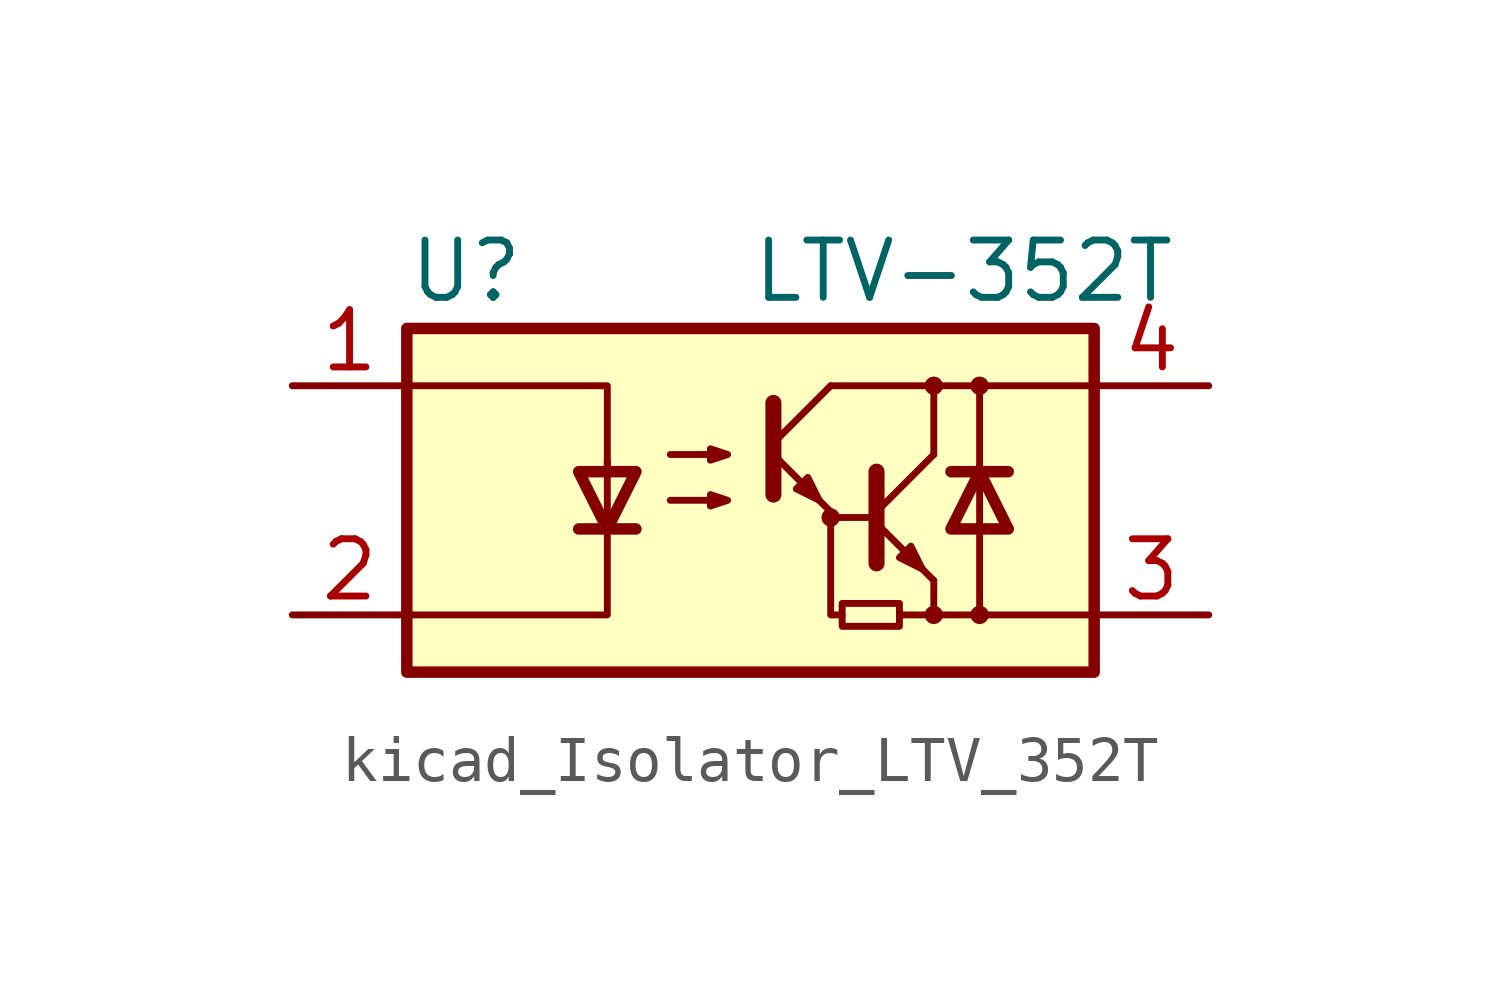
<source format=kicad_sym>
(kicad_symbol_lib
  (version 20220914)
  (generator kicad_symbol_editor)
  (symbol "kicad_Isolator_LTV_352T"
    (pin_names
      (offset 1.016))
    (property "Reference" "U"
      (at -7.62 5.08 0)
      (effects (font (size 1.27 1.27)) (justify left)))
    (property "Value" "LTV-352T"
      (at 0 5.08 0)
      (effects (font (size 1.27 1.27)) (justify left)))
    (symbol "kicad_Isolator_LTV_352T_0_0"
      (polyline (pts (xy 4.064 -2.54) (xy 3.302 -2.54)) (stroke (width 0) (type default)) (fill (type none)))
      (polyline (pts (xy 1.778 -0.254) (xy 1.778 -2.54) (xy 2.032 -2.54)) (stroke (width 0) (type default)) (fill (type none)))
      (rectangle (start 2.032 -2.286) (end 3.302 -2.794) (stroke (width 0) (type default)) (fill (type none))))
    (symbol "kicad_Isolator_LTV_352T_0_1"
      (rectangle (start -7.62 3.81) (end 7.62 -3.81) (stroke (width 0.254) (type default)) (fill (type background)))
      (polyline (pts (xy -3.81 -0.635) (xy -2.54 -0.635)) (stroke (width 0.254) (type default)) (fill (type none)))
      (polyline (pts (xy 0.508 1.016) (xy 1.778 -0.254)) (stroke (width 0) (type default)) (fill (type none)))
      (polyline (pts (xy 0.508 1.27) (xy 1.778 2.54)) (stroke (width 0) (type default)) (fill (type none)))
      (polyline (pts (xy 0.508 2.159) (xy 0.508 0.127)) (stroke (width 0.356) (type default)) (fill (type none)))
      (polyline (pts (xy 1.778 2.54) (xy 7.62 2.54)) (stroke (width 0) (type default)) (fill (type none)))
      (polyline (pts (xy 2.794 -0.508) (xy 4.064 -1.778)) (stroke (width 0) (type default)) (fill (type none)))
      (polyline (pts (xy 2.794 -0.381) (xy 1.778 -0.381)) (stroke (width 0) (type default)) (fill (type none)))
      (polyline (pts (xy 2.794 -0.254) (xy 4.064 1.016)) (stroke (width 0) (type default)) (fill (type none)))
      (polyline (pts (xy 4.064 -2.54) (xy 7.62 -2.54)) (stroke (width 0) (type default)) (fill (type none)))
      (polyline (pts (xy 4.064 -1.778) (xy 4.064 -2.54)) (stroke (width 0) (type default)) (fill (type none)))
      (polyline (pts (xy 4.064 1.016) (xy 4.064 2.54)) (stroke (width 0) (type default)) (fill (type none)))
      (polyline (pts (xy 4.445 0.635) (xy 5.715 0.635)) (stroke (width 0.254) (type default)) (fill (type none)))
      (polyline (pts (xy 5.08 0.635) (xy 5.08 2.54)) (stroke (width 0) (type default)) (fill (type none)))
      (polyline (pts (xy 5.08 0.762) (xy 5.08 -2.54)) (stroke (width 0) (type default)) (fill (type none)))
      (polyline (pts (xy -7.62 2.54) (xy -3.175 2.54) (xy -3.175 0.635)) (stroke (width 0) (type default)) (fill (type none)))
      (polyline (pts (xy -3.175 0.889) (xy -3.175 -2.54) (xy -7.62 -2.54)) (stroke (width 0) (type default)) (fill (type none)))
      (polyline (pts (xy 2.794 0.635) (xy 2.794 -1.397) (xy 2.794 -1.397)) (stroke (width 0.356) (type default)) (fill (type none)))
      (polyline (pts (xy -3.175 -0.635) (xy -3.81 0.635) (xy -2.54 0.635) (xy -3.175 -0.635)) (stroke (width 0.254) (type default)) (fill (type none)))
      (polyline (pts (xy 1.524 0) (xy 1.27 0.508) (xy 1.016 0.254) (xy 1.524 0)) (stroke (width 0) (type default)) (fill (type none)))
      (polyline (pts (xy 3.81 -1.524) (xy 3.556 -1.016) (xy 3.302 -1.27) (xy 3.81 -1.524)) (stroke (width 0) (type default)) (fill (type none)))
      (polyline (pts (xy 5.08 0.635) (xy 4.445 -0.635) (xy 5.715 -0.635) (xy 5.08 0.635)) (stroke (width 0.254) (type default)) (fill (type none)))
      (polyline (pts (xy -1.778 0) (xy -0.508 0) (xy -0.889 -0.127) (xy -0.889 0.127) (xy -0.508 0)) (stroke (width 0) (type default)) (fill (type none)))
      (polyline (pts (xy -1.778 1.016) (xy -0.508 1.016) (xy -0.889 0.889) (xy -0.889 1.143) (xy -0.508 1.016)) (stroke (width 0) (type default)) (fill (type none)))
      (circle (center 1.778 -0.381) (radius 0.127) (stroke (width 0) (type default)) (fill (type none)))
      (circle (center 4.064 -2.54) (radius 0.127) (stroke (width 0) (type default)) (fill (type none)))
      (circle (center 4.064 2.54) (radius 0.127) (stroke (width 0) (type default)) (fill (type none)))
      (circle (center 5.08 -2.54) (radius 0.127) (stroke (width 0) (type default)) (fill (type none)))
      (circle (center 5.08 2.54) (radius 0.127) (stroke (width 0) (type default)) (fill (type none))))
    (symbol "kicad_Isolator_LTV_352T_1_1"
      (pin passive line (at -10.16 2.54 0) (length 2.54) (name "~" (effects (font (size 1.27 1.27)))) (number "1" (effects (font (size 1.27 1.27)))))
      (pin passive line (at -10.16 -2.54 0) (length 2.54) (name "~" (effects (font (size 1.27 1.27)))) (number "2" (effects (font (size 1.27 1.27)))))
      (pin passive line (at 10.16 -2.54 180) (length 2.54) (name "~" (effects (font (size 1.27 1.27)))) (number "3" (effects (font (size 1.27 1.27)))))
      (pin passive line (at 10.16 2.54 180) (length 2.54) (name "~" (effects (font (size 1.27 1.27)))) (number "4" (effects (font (size 1.27 1.27))))))))
</source>
